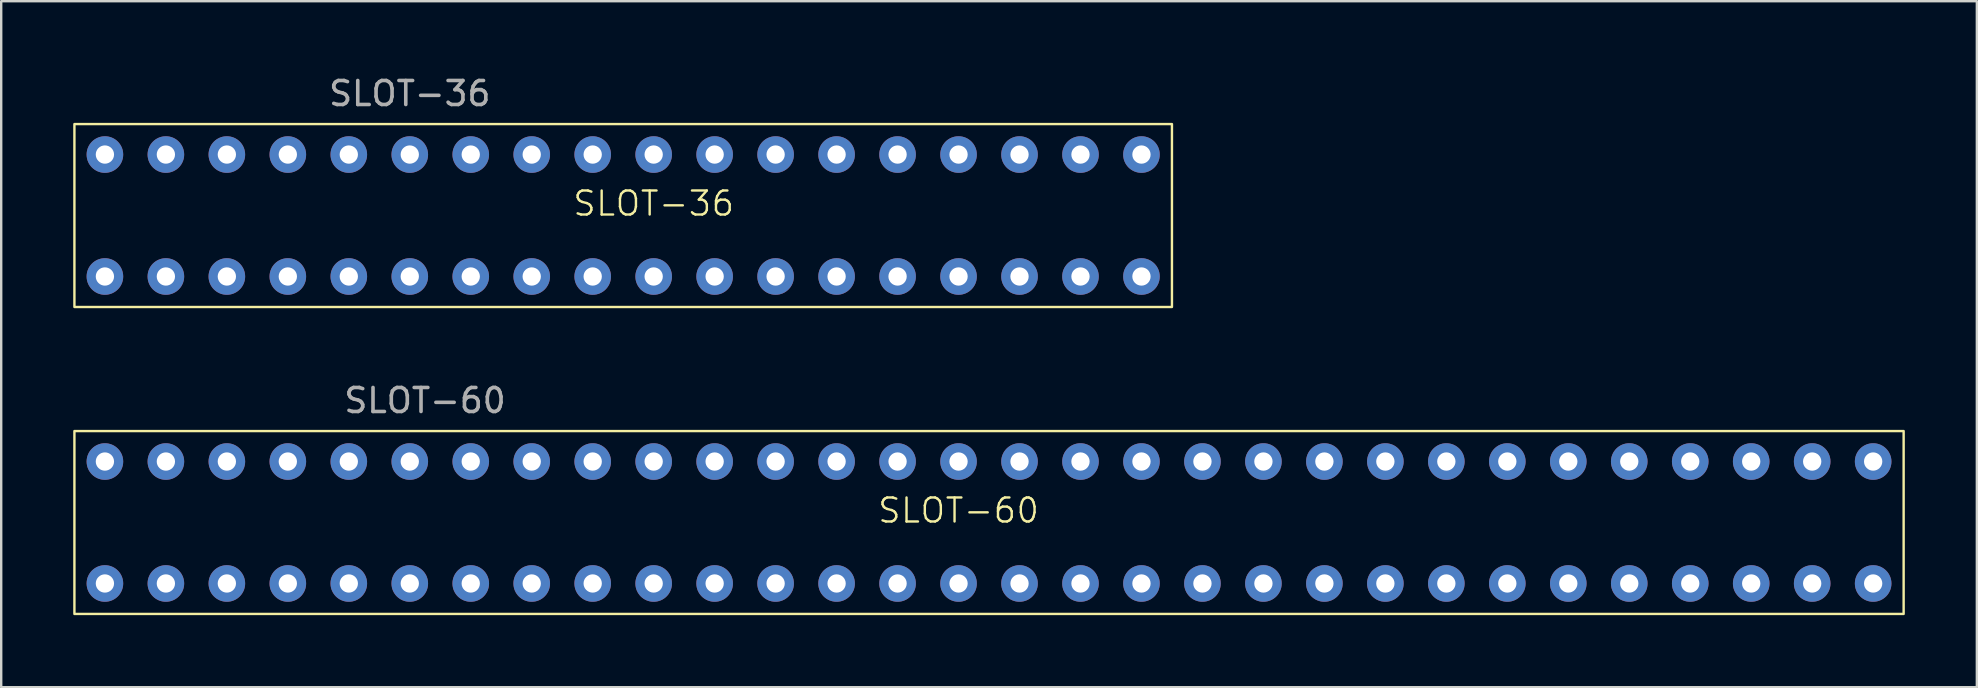
<source format=kicad_pcb>
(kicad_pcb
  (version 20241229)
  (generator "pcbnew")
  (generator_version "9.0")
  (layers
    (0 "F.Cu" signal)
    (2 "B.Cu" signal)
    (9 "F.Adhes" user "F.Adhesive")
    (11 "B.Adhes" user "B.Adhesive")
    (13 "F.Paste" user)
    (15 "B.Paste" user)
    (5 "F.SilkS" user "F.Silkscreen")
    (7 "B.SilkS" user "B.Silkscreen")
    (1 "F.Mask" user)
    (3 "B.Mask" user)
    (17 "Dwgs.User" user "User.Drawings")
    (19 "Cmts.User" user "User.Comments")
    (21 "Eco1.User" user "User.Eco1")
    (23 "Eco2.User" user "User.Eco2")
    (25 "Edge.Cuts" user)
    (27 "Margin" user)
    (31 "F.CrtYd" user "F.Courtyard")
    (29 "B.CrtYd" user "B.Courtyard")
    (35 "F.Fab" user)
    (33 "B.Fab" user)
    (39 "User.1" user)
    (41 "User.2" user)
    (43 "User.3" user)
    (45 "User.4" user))
  (footprint "SLOT-36"
    (layer "F.Cu")
    (at 24.18 5.928)
    (property "Reference" "SLOT-36" (at 0 -0.5 0) (unlocked yes) (layer "F.SilkS") (effects (font (size 1 1) (thickness 0.1))))
    (attr through_hole)
    (fp_rect (start -24.13 -3.81) (end 21.59 3.81) (stroke (width 0.1) (type default)) (fill no) (layer "F.SilkS"))
    (fp_text user "${REFERENCE}" (at -10.16 -5.08 0) (unlocked yes) (layer "F.Fab") (effects (font (size 1 1) (thickness 0.15))))
    (pad "a1" thru_hole circle (at 20.32 -2.54) (size 1.524 1.524) (drill 0.762) (layers "*.Cu" "*.Mask"))
    (pad "a2" thru_hole circle (at 17.78 -2.54) (size 1.524 1.524) (drill 0.762) (layers "*.Cu" "*.Mask"))
    (pad "a3" thru_hole circle (at 15.24 -2.54) (size 1.524 1.524) (drill 0.762) (layers "*.Cu" "*.Mask"))
    (pad "a4" thru_hole circle (at 12.7 -2.54) (size 1.524 1.524) (drill 0.762) (layers "*.Cu" "*.Mask"))
    (pad "a5" thru_hole circle (at 10.16 -2.54) (size 1.524 1.524) (drill 0.762) (layers "*.Cu" "*.Mask"))
    (pad "a6" thru_hole circle (at 7.62 -2.54) (size 1.524 1.524) (drill 0.762) (layers "*.Cu" "*.Mask"))
    (pad "a7" thru_hole circle (at 5.08 -2.54) (size 1.524 1.524) (drill 0.762) (layers "*.Cu" "*.Mask"))
    (pad "a8" thru_hole circle (at 2.54 -2.54) (size 1.524 1.524) (drill 0.762) (layers "*.Cu" "*.Mask"))
    (pad "a9" thru_hole circle (at 0 -2.54) (size 1.524 1.524) (drill 0.762) (layers "*.Cu" "*.Mask"))
    (pad "a10" thru_hole circle (at -2.54 -2.54) (size 1.524 1.524) (drill 0.762) (layers "*.Cu" "*.Mask"))
    (pad "a11" thru_hole circle (at -5.08 -2.54) (size 1.524 1.524) (drill 0.762) (layers "*.Cu" "*.Mask"))
    (pad "a12" thru_hole circle (at -7.62 -2.54) (size 1.524 1.524) (drill 0.762) (layers "*.Cu" "*.Mask"))
    (pad "a13" thru_hole circle (at -10.16 -2.54) (size 1.524 1.524) (drill 0.762) (layers "*.Cu" "*.Mask"))
    (pad "a14" thru_hole circle (at -12.7 -2.54) (size 1.524 1.524) (drill 0.762) (layers "*.Cu" "*.Mask"))
    (pad "a15" thru_hole circle (at -15.24 -2.54) (size 1.524 1.524) (drill 0.762) (layers "*.Cu" "*.Mask"))
    (pad "a16" thru_hole circle (at -17.78 -2.54) (size 1.524 1.524) (drill 0.762) (layers "*.Cu" "*.Mask"))
    (pad "a17" thru_hole circle (at -20.32 -2.54) (size 1.524 1.524) (drill 0.762) (layers "*.Cu" "*.Mask"))
    (pad "a18" thru_hole circle (at -22.86 -2.54) (size 1.524 1.524) (drill 0.762) (layers "*.Cu" "*.Mask"))
    (pad "b1" thru_hole circle (at 20.32 2.54) (size 1.524 1.524) (drill 0.762) (layers "*.Cu" "*.Mask"))
    (pad "b2" thru_hole circle (at 17.78 2.54) (size 1.524 1.524) (drill 0.762) (layers "*.Cu" "*.Mask"))
    (pad "b3" thru_hole circle (at 15.24 2.54) (size 1.524 1.524) (drill 0.762) (layers "*.Cu" "*.Mask"))
    (pad "b4" thru_hole circle (at 12.7 2.54) (size 1.524 1.524) (drill 0.762) (layers "*.Cu" "*.Mask"))
    (pad "b5" thru_hole circle (at 10.16 2.54) (size 1.524 1.524) (drill 0.762) (layers "*.Cu" "*.Mask"))
    (pad "b6" thru_hole circle (at 7.62 2.54) (size 1.524 1.524) (drill 0.762) (layers "*.Cu" "*.Mask"))
    (pad "b7" thru_hole circle (at 5.08 2.54) (size 1.524 1.524) (drill 0.762) (layers "*.Cu" "*.Mask"))
    (pad "b8" thru_hole circle (at 2.54 2.54) (size 1.524 1.524) (drill 0.762) (layers "*.Cu" "*.Mask"))
    (pad "b9" thru_hole circle (at 0 2.54) (size 1.524 1.524) (drill 0.762) (layers "*.Cu" "*.Mask"))
    (pad "b10" thru_hole circle (at -2.54 2.54) (size 1.524 1.524) (drill 0.762) (layers "*.Cu" "*.Mask"))
    (pad "b11" thru_hole circle (at -5.08 2.54) (size 1.524 1.524) (drill 0.762) (layers "*.Cu" "*.Mask"))
    (pad "b12" thru_hole circle (at -7.62 2.54) (size 1.524 1.524) (drill 0.762) (layers "*.Cu" "*.Mask"))
    (pad "b13" thru_hole circle (at -10.16 2.54) (size 1.524 1.524) (drill 0.762) (layers "*.Cu" "*.Mask"))
    (pad "b14" thru_hole circle (at -12.7 2.54) (size 1.524 1.524) (drill 0.762) (layers "*.Cu" "*.Mask"))
    (pad "b15" thru_hole circle (at -15.24 2.54) (size 1.524 1.524) (drill 0.762) (layers "*.Cu" "*.Mask"))
    (pad "b16" thru_hole circle (at -17.78 2.54) (size 1.524 1.524) (drill 0.762) (layers "*.Cu" "*.Mask"))
    (pad "b17" thru_hole circle (at -20.32 2.54) (size 1.524 1.524) (drill 0.762) (layers "*.Cu" "*.Mask"))
    (pad "b18" thru_hole circle (at -22.86 2.54) (size 1.524 1.524) (drill 0.762) (layers "*.Cu" "*.Mask")))
  (footprint "SLOT-60"
    (layer "F.Cu")
    (at 36.88 18.716)
    (property "Reference" "SLOT-60" (at 0 -0.5 0) (unlocked yes) (layer "F.SilkS") (effects (font (size 1 1) (thickness 0.1))))
    (attr through_hole)
    (fp_rect (start -36.83 -3.81) (end 39.37 3.81) (stroke (width 0.1) (type default)) (fill no) (layer "F.SilkS"))
    (fp_text user "${REFERENCE}" (at -22.225 -5.08 0) (unlocked yes) (layer "F.Fab") (effects (font (size 1 1) (thickness 0.15))))
    (pad "a1" thru_hole circle (at -35.56 2.54) (size 1.524 1.524) (drill 0.762) (layers "*.Cu" "*.Mask"))
    (pad "a2" thru_hole circle (at -33.02 2.54) (size 1.524 1.524) (drill 0.762) (layers "*.Cu" "*.Mask"))
    (pad "a3" thru_hole circle (at -30.48 2.54) (size 1.524 1.524) (drill 0.762) (layers "*.Cu" "*.Mask"))
    (pad "a4" thru_hole circle (at -27.94 2.54) (size 1.524 1.524) (drill 0.762) (layers "*.Cu" "*.Mask"))
    (pad "a5" thru_hole circle (at -25.4 2.54) (size 1.524 1.524) (drill 0.762) (layers "*.Cu" "*.Mask"))
    (pad "a6" thru_hole circle (at -22.86 2.54) (size 1.524 1.524) (drill 0.762) (layers "*.Cu" "*.Mask"))
    (pad "a7" thru_hole circle (at -20.32 2.54) (size 1.524 1.524) (drill 0.762) (layers "*.Cu" "*.Mask"))
    (pad "a8" thru_hole circle (at -17.78 2.54) (size 1.524 1.524) (drill 0.762) (layers "*.Cu" "*.Mask"))
    (pad "a9" thru_hole circle (at -15.24 2.54) (size 1.524 1.524) (drill 0.762) (layers "*.Cu" "*.Mask"))
    (pad "a10" thru_hole circle (at -12.7 2.54) (size 1.524 1.524) (drill 0.762) (layers "*.Cu" "*.Mask"))
    (pad "a11" thru_hole circle (at -10.16 2.54) (size 1.524 1.524) (drill 0.762) (layers "*.Cu" "*.Mask"))
    (pad "a12" thru_hole circle (at -7.62 2.54) (size 1.524 1.524) (drill 0.762) (layers "*.Cu" "*.Mask"))
    (pad "a13" thru_hole circle (at -5.08 2.54) (size 1.524 1.524) (drill 0.762) (layers "*.Cu" "*.Mask"))
    (pad "a14" thru_hole circle (at -2.54 2.54) (size 1.524 1.524) (drill 0.762) (layers "*.Cu" "*.Mask"))
    (pad "a15" thru_hole circle (at 0 2.54) (size 1.524 1.524) (drill 0.762) (layers "*.Cu" "*.Mask"))
    (pad "a16" thru_hole circle (at 2.54 2.54) (size 1.524 1.524) (drill 0.762) (layers "*.Cu" "*.Mask"))
    (pad "a17" thru_hole circle (at 5.08 2.54) (size 1.524 1.524) (drill 0.762) (layers "*.Cu" "*.Mask"))
    (pad "a18" thru_hole circle (at 7.62 2.54) (size 1.524 1.524) (drill 0.762) (layers "*.Cu" "*.Mask"))
    (pad "a19" thru_hole circle (at 10.16 2.54) (size 1.524 1.524) (drill 0.762) (layers "*.Cu" "*.Mask"))
    (pad "a20" thru_hole circle (at 12.7 2.54) (size 1.524 1.524) (drill 0.762) (layers "*.Cu" "*.Mask"))
    (pad "a21" thru_hole circle (at 15.24 2.54) (size 1.524 1.524) (drill 0.762) (layers "*.Cu" "*.Mask"))
    (pad "a22" thru_hole circle (at 17.78 2.54) (size 1.524 1.524) (drill 0.762) (layers "*.Cu" "*.Mask"))
    (pad "a23" thru_hole circle (at 20.32 2.54) (size 1.524 1.524) (drill 0.762) (layers "*.Cu" "*.Mask"))
    (pad "a24" thru_hole circle (at 22.86 2.54) (size 1.524 1.524) (drill 0.762) (layers "*.Cu" "*.Mask"))
    (pad "a25" thru_hole circle (at 25.4 2.54) (size 1.524 1.524) (drill 0.762) (layers "*.Cu" "*.Mask"))
    (pad "a26" thru_hole circle (at 27.94 2.54) (size 1.524 1.524) (drill 0.762) (layers "*.Cu" "*.Mask"))
    (pad "a27" thru_hole circle (at 30.48 2.54) (size 1.524 1.524) (drill 0.762) (layers "*.Cu" "*.Mask"))
    (pad "a28" thru_hole circle (at 33.02 2.54) (size 1.524 1.524) (drill 0.762) (layers "*.Cu" "*.Mask"))
    (pad "a29" thru_hole circle (at 35.56 2.54) (size 1.524 1.524) (drill 0.762) (layers "*.Cu" "*.Mask"))
    (pad "a30" thru_hole circle (at 38.1 2.54) (size 1.524 1.524) (drill 0.762) (layers "*.Cu" "*.Mask"))
    (pad "b1" thru_hole circle (at -35.56 -2.54) (size 1.524 1.524) (drill 0.762) (layers "*.Cu" "*.Mask"))
    (pad "b2" thru_hole circle (at -33.02 -2.54) (size 1.524 1.524) (drill 0.762) (layers "*.Cu" "*.Mask"))
    (pad "b3" thru_hole circle (at -30.48 -2.54) (size 1.524 1.524) (drill 0.762) (layers "*.Cu" "*.Mask"))
    (pad "b4" thru_hole circle (at -27.94 -2.54) (size 1.524 1.524) (drill 0.762) (layers "*.Cu" "*.Mask"))
    (pad "b5" thru_hole circle (at -25.4 -2.54) (size 1.524 1.524) (drill 0.762) (layers "*.Cu" "*.Mask"))
    (pad "b6" thru_hole circle (at -22.86 -2.54) (size 1.524 1.524) (drill 0.762) (layers "*.Cu" "*.Mask"))
    (pad "b7" thru_hole circle (at -20.32 -2.54) (size 1.524 1.524) (drill 0.762) (layers "*.Cu" "*.Mask"))
    (pad "b8" thru_hole circle (at -17.78 -2.54) (size 1.524 1.524) (drill 0.762) (layers "*.Cu" "*.Mask"))
    (pad "b9" thru_hole circle (at -15.24 -2.54) (size 1.524 1.524) (drill 0.762) (layers "*.Cu" "*.Mask"))
    (pad "b10" thru_hole circle (at -12.7 -2.54) (size 1.524 1.524) (drill 0.762) (layers "*.Cu" "*.Mask"))
    (pad "b11" thru_hole circle (at -10.16 -2.54) (size 1.524 1.524) (drill 0.762) (layers "*.Cu" "*.Mask"))
    (pad "b12" thru_hole circle (at -7.62 -2.54) (size 1.524 1.524) (drill 0.762) (layers "*.Cu" "*.Mask"))
    (pad "b13" thru_hole circle (at -5.08 -2.54) (size 1.524 1.524) (drill 0.762) (layers "*.Cu" "*.Mask"))
    (pad "b14" thru_hole circle (at -2.54 -2.54) (size 1.524 1.524) (drill 0.762) (layers "*.Cu" "*.Mask"))
    (pad "b15" thru_hole circle (at 0 -2.54) (size 1.524 1.524) (drill 0.762) (layers "*.Cu" "*.Mask"))
    (pad "b16" thru_hole circle (at 2.54 -2.54) (size 1.524 1.524) (drill 0.762) (layers "*.Cu" "*.Mask"))
    (pad "b17" thru_hole circle (at 5.08 -2.54) (size 1.524 1.524) (drill 0.762) (layers "*.Cu" "*.Mask"))
    (pad "b18" thru_hole circle (at 7.62 -2.54) (size 1.524 1.524) (drill 0.762) (layers "*.Cu" "*.Mask"))
    (pad "b19" thru_hole circle (at 10.16 -2.54) (size 1.524 1.524) (drill 0.762) (layers "*.Cu" "*.Mask"))
    (pad "b20" thru_hole circle (at 12.7 -2.54) (size 1.524 1.524) (drill 0.762) (layers "*.Cu" "*.Mask"))
    (pad "b21" thru_hole circle (at 15.24 -2.54) (size 1.524 1.524) (drill 0.762) (layers "*.Cu" "*.Mask"))
    (pad "b22" thru_hole circle (at 17.78 -2.54) (size 1.524 1.524) (drill 0.762) (layers "*.Cu" "*.Mask"))
    (pad "b23" thru_hole circle (at 20.32 -2.54) (size 1.524 1.524) (drill 0.762) (layers "*.Cu" "*.Mask"))
    (pad "b24" thru_hole circle (at 22.86 -2.54) (size 1.524 1.524) (drill 0.762) (layers "*.Cu" "*.Mask"))
    (pad "b25" thru_hole circle (at 25.4 -2.54) (size 1.524 1.524) (drill 0.762) (layers "*.Cu" "*.Mask"))
    (pad "b26" thru_hole circle (at 27.94 -2.54) (size 1.524 1.524) (drill 0.762) (layers "*.Cu" "*.Mask"))
    (pad "b27" thru_hole circle (at 30.48 -2.54) (size 1.524 1.524) (drill 0.762) (layers "*.Cu" "*.Mask"))
    (pad "b28" thru_hole circle (at 33.02 -2.54) (size 1.524 1.524) (drill 0.762) (layers "*.Cu" "*.Mask"))
    (pad "b29" thru_hole circle (at 35.56 -2.54) (size 1.524 1.524) (drill 0.762) (layers "*.Cu" "*.Mask"))
    (pad "b30" thru_hole circle (at 38.1 -2.54) (size 1.524 1.524) (drill 0.762) (layers "*.Cu" "*.Mask")))
  (gr_rect
    (start -3 -3)
    (end 79.3 25.576)
    (stroke (width 0.1) (type default))
    (fill no)
    (layer "Edge.Cuts")))
</source>
